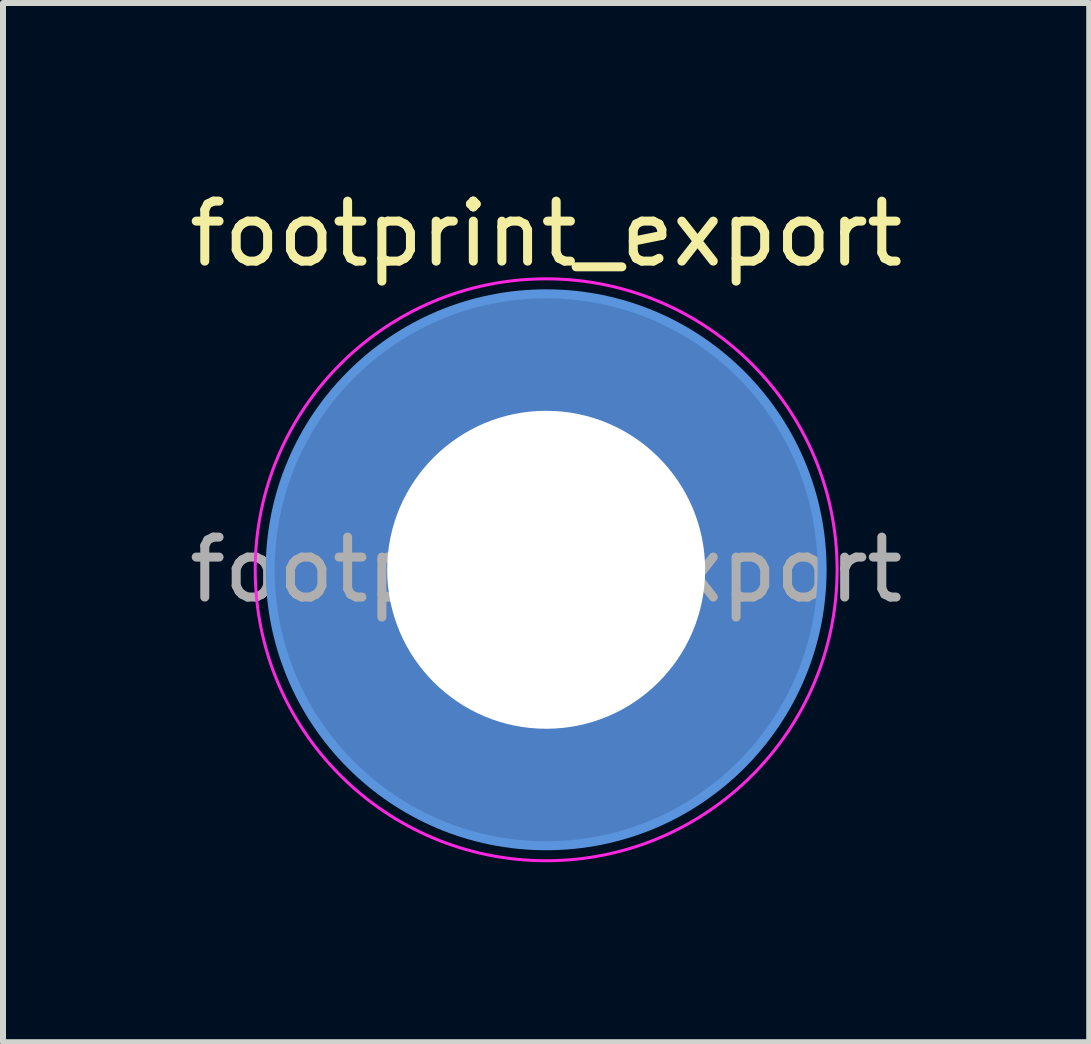
<source format=kicad_pcb>
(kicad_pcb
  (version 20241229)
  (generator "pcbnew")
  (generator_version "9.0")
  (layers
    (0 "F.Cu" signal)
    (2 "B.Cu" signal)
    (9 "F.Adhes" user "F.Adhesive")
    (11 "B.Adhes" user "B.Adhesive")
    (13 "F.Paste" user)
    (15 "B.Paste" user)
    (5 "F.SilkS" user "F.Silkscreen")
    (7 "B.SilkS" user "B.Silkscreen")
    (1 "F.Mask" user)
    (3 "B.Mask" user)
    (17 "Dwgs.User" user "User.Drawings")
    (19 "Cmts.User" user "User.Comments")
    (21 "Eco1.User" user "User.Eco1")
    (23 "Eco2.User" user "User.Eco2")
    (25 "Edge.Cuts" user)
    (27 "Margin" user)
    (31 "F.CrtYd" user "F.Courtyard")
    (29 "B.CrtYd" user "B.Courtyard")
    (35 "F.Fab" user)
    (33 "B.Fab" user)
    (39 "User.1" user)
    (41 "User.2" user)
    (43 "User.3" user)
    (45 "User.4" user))
  (footprint "footprint_export"
    (layer "F.Cu")
    (at 6.054 6.448)
    (property "Reference" "footprint_export" (at 0 -5.6 0) (layer "F.SilkS") (effects (font (size 1 1) (thickness 0.15))))
    (attr exclude_from_pos_files exclude_from_bom)
    (fp_circle (center 0 0) (end 4.6 0) (stroke (width 0.15) (type solid)) (fill no) (layer "Cmts.User"))
    (fp_circle (center 0 0) (end 4.85 0) (stroke (width 0.05) (type solid)) (fill no) (layer "F.CrtYd"))
    (fp_text user "${REFERENCE}" (at 0 0 0) (layer "F.Fab") (effects (font (size 1 1) (thickness 0.15))))
    (pad "1" thru_hole circle (at 0 0) (size 9.2 9.2) (drill 5.3) (layers "*.Cu" "*.Mask")))
  (gr_rect
    (start -3 -3)
    (end 15.107 14.323)
    (stroke (width 0.1) (type default))
    (fill no)
    (layer "Edge.Cuts")))
</source>
